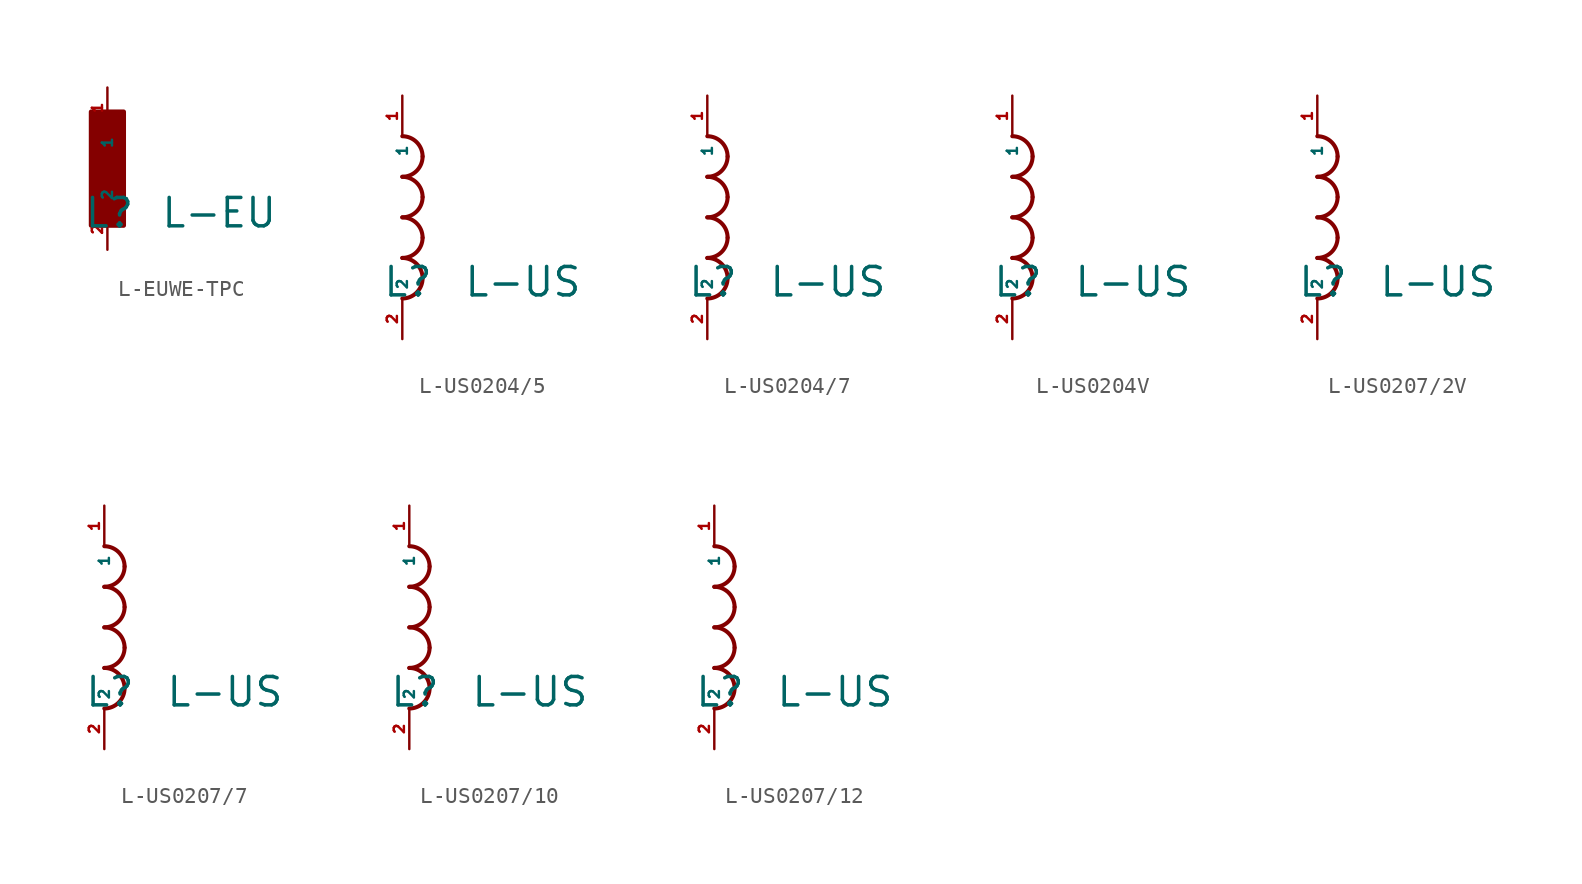
<source format=kicad_sym>
(kicad_symbol_lib
  (version 20220914)
  (generator Eagle2Kicad)
  (symbol "L-EUWE-TPC"
    (property "Reference" "L"
      (at -1.499 -3.81 0)
      (effects (font (size 1.778 1.778) (thickness 0.22)) (justify left bottom)))
    (property "Value" "L-EU"
      (at 3.302 -3.81 0)
      (effects (font (size 1.778 1.778) (thickness 0.22)) (justify left bottom)))
    (rectangle
      (start -1.016 -3.556)
      (end 1.016 3.556)
      (stroke (width 0.3) (type default))
      (fill (type outline)))
    (pin passive line
      (at 0 -5.08 90)
      (length 2.54)
      (name "2" (effects (font (size 0.635 0.635) (thickness 0.08)) (justify left bottom)))
      (number "2" (effects (font (size 0.635 0.635) (thickness 0.08)) (justify left bottom))))
    (pin passive line
      (at 0 5.08 270)
      (length 2.54)
      (name "1" (effects (font (size 0.635 0.635) (thickness 0.08)) (justify left bottom)))
      (number "1" (effects (font (size 0.635 0.635) (thickness 0.08)) (justify left bottom)))))
  (symbol "L-US0204/5"
    (property "Reference" "L"
      (at -1.27 -5.08 0)
      (effects (font (size 1.778 1.778) (thickness 0.22)) (justify left bottom)))
    (property "Value" "L-US"
      (at 3.81 -5.08 0)
      (effects (font (size 1.778 1.778) (thickness 0.22)) (justify left bottom)))
    (arc
      (start 1.27 3.81)
      (mid 0.898 4.708)
      (end 0 5.08)
      (stroke (width 0.254) (type default))
      (fill (type none)))
    (arc
      (start 0 2.54)
      (mid 0.898 2.912)
      (end 1.27 3.81)
      (stroke (width 0.254) (type default))
      (fill (type none)))
    (arc
      (start 1.27 1.27)
      (mid 0.898 2.168)
      (end 0 2.54)
      (stroke (width 0.254) (type default))
      (fill (type none)))
    (arc
      (start 0 0)
      (mid 0.898 0.372)
      (end 1.27 1.27)
      (stroke (width 0.254) (type default))
      (fill (type none)))
    (arc
      (start 1.27 -1.27)
      (mid 0.898 -0.372)
      (end 0 0)
      (stroke (width 0.254) (type default))
      (fill (type none)))
    (arc
      (start 0 -2.54)
      (mid 0.898 -2.168)
      (end 1.27 -1.27)
      (stroke (width 0.254) (type default))
      (fill (type none)))
    (arc
      (start 1.27 -3.81)
      (mid 0.898 -2.912)
      (end 0 -2.54)
      (stroke (width 0.254) (type default))
      (fill (type none)))
    (arc
      (start 0 -5.08)
      (mid 0.898 -4.708)
      (end 1.27 -3.81)
      (stroke (width 0.254) (type default))
      (fill (type none)))
    (pin passive line
      (at 0 -7.62 90)
      (length 2.54)
      (name "2" (effects (font (size 0.635 0.635) (thickness 0.08)) (justify left bottom)))
      (number "2" (effects (font (size 0.635 0.635) (thickness 0.08)) (justify left bottom))))
    (pin passive line
      (at 0 7.62 270)
      (length 2.54)
      (name "1" (effects (font (size 0.635 0.635) (thickness 0.08)) (justify left bottom)))
      (number "1" (effects (font (size 0.635 0.635) (thickness 0.08)) (justify left bottom)))))
  (symbol "L-US0204/7"
    (property "Reference" "L"
      (at -1.27 -5.08 0)
      (effects (font (size 1.778 1.778) (thickness 0.22)) (justify left bottom)))
    (property "Value" "L-US"
      (at 3.81 -5.08 0)
      (effects (font (size 1.778 1.778) (thickness 0.22)) (justify left bottom)))
    (arc
      (start 1.27 3.81)
      (mid 0.898 4.708)
      (end 0 5.08)
      (stroke (width 0.254) (type default))
      (fill (type none)))
    (arc
      (start 0 2.54)
      (mid 0.898 2.912)
      (end 1.27 3.81)
      (stroke (width 0.254) (type default))
      (fill (type none)))
    (arc
      (start 1.27 1.27)
      (mid 0.898 2.168)
      (end 0 2.54)
      (stroke (width 0.254) (type default))
      (fill (type none)))
    (arc
      (start 0 0)
      (mid 0.898 0.372)
      (end 1.27 1.27)
      (stroke (width 0.254) (type default))
      (fill (type none)))
    (arc
      (start 1.27 -1.27)
      (mid 0.898 -0.372)
      (end 0 0)
      (stroke (width 0.254) (type default))
      (fill (type none)))
    (arc
      (start 0 -2.54)
      (mid 0.898 -2.168)
      (end 1.27 -1.27)
      (stroke (width 0.254) (type default))
      (fill (type none)))
    (arc
      (start 1.27 -3.81)
      (mid 0.898 -2.912)
      (end 0 -2.54)
      (stroke (width 0.254) (type default))
      (fill (type none)))
    (arc
      (start 0 -5.08)
      (mid 0.898 -4.708)
      (end 1.27 -3.81)
      (stroke (width 0.254) (type default))
      (fill (type none)))
    (pin passive line
      (at 0 -7.62 90)
      (length 2.54)
      (name "2" (effects (font (size 0.635 0.635) (thickness 0.08)) (justify left bottom)))
      (number "2" (effects (font (size 0.635 0.635) (thickness 0.08)) (justify left bottom))))
    (pin passive line
      (at 0 7.62 270)
      (length 2.54)
      (name "1" (effects (font (size 0.635 0.635) (thickness 0.08)) (justify left bottom)))
      (number "1" (effects (font (size 0.635 0.635) (thickness 0.08)) (justify left bottom)))))
  (symbol "L-US0204V"
    (property "Reference" "L"
      (at -1.27 -5.08 0)
      (effects (font (size 1.778 1.778) (thickness 0.22)) (justify left bottom)))
    (property "Value" "L-US"
      (at 3.81 -5.08 0)
      (effects (font (size 1.778 1.778) (thickness 0.22)) (justify left bottom)))
    (arc
      (start 1.27 3.81)
      (mid 0.898 4.708)
      (end 0 5.08)
      (stroke (width 0.254) (type default))
      (fill (type none)))
    (arc
      (start 0 2.54)
      (mid 0.898 2.912)
      (end 1.27 3.81)
      (stroke (width 0.254) (type default))
      (fill (type none)))
    (arc
      (start 1.27 1.27)
      (mid 0.898 2.168)
      (end 0 2.54)
      (stroke (width 0.254) (type default))
      (fill (type none)))
    (arc
      (start 0 0)
      (mid 0.898 0.372)
      (end 1.27 1.27)
      (stroke (width 0.254) (type default))
      (fill (type none)))
    (arc
      (start 1.27 -1.27)
      (mid 0.898 -0.372)
      (end 0 0)
      (stroke (width 0.254) (type default))
      (fill (type none)))
    (arc
      (start 0 -2.54)
      (mid 0.898 -2.168)
      (end 1.27 -1.27)
      (stroke (width 0.254) (type default))
      (fill (type none)))
    (arc
      (start 1.27 -3.81)
      (mid 0.898 -2.912)
      (end 0 -2.54)
      (stroke (width 0.254) (type default))
      (fill (type none)))
    (arc
      (start 0 -5.08)
      (mid 0.898 -4.708)
      (end 1.27 -3.81)
      (stroke (width 0.254) (type default))
      (fill (type none)))
    (pin passive line
      (at 0 -7.62 90)
      (length 2.54)
      (name "2" (effects (font (size 0.635 0.635) (thickness 0.08)) (justify left bottom)))
      (number "2" (effects (font (size 0.635 0.635) (thickness 0.08)) (justify left bottom))))
    (pin passive line
      (at 0 7.62 270)
      (length 2.54)
      (name "1" (effects (font (size 0.635 0.635) (thickness 0.08)) (justify left bottom)))
      (number "1" (effects (font (size 0.635 0.635) (thickness 0.08)) (justify left bottom)))))
  (symbol "L-US0207/2V"
    (property "Reference" "L"
      (at -1.27 -5.08 0)
      (effects (font (size 1.778 1.778) (thickness 0.22)) (justify left bottom)))
    (property "Value" "L-US"
      (at 3.81 -5.08 0)
      (effects (font (size 1.778 1.778) (thickness 0.22)) (justify left bottom)))
    (arc
      (start 1.27 3.81)
      (mid 0.898 4.708)
      (end 0 5.08)
      (stroke (width 0.254) (type default))
      (fill (type none)))
    (arc
      (start 0 2.54)
      (mid 0.898 2.912)
      (end 1.27 3.81)
      (stroke (width 0.254) (type default))
      (fill (type none)))
    (arc
      (start 1.27 1.27)
      (mid 0.898 2.168)
      (end 0 2.54)
      (stroke (width 0.254) (type default))
      (fill (type none)))
    (arc
      (start 0 0)
      (mid 0.898 0.372)
      (end 1.27 1.27)
      (stroke (width 0.254) (type default))
      (fill (type none)))
    (arc
      (start 1.27 -1.27)
      (mid 0.898 -0.372)
      (end 0 0)
      (stroke (width 0.254) (type default))
      (fill (type none)))
    (arc
      (start 0 -2.54)
      (mid 0.898 -2.168)
      (end 1.27 -1.27)
      (stroke (width 0.254) (type default))
      (fill (type none)))
    (arc
      (start 1.27 -3.81)
      (mid 0.898 -2.912)
      (end 0 -2.54)
      (stroke (width 0.254) (type default))
      (fill (type none)))
    (arc
      (start 0 -5.08)
      (mid 0.898 -4.708)
      (end 1.27 -3.81)
      (stroke (width 0.254) (type default))
      (fill (type none)))
    (pin passive line
      (at 0 -7.62 90)
      (length 2.54)
      (name "2" (effects (font (size 0.635 0.635) (thickness 0.08)) (justify left bottom)))
      (number "2" (effects (font (size 0.635 0.635) (thickness 0.08)) (justify left bottom))))
    (pin passive line
      (at 0 7.62 270)
      (length 2.54)
      (name "1" (effects (font (size 0.635 0.635) (thickness 0.08)) (justify left bottom)))
      (number "1" (effects (font (size 0.635 0.635) (thickness 0.08)) (justify left bottom)))))
  (symbol "L-US0207/7"
    (property "Reference" "L"
      (at -1.27 -5.08 0)
      (effects (font (size 1.778 1.778) (thickness 0.22)) (justify left bottom)))
    (property "Value" "L-US"
      (at 3.81 -5.08 0)
      (effects (font (size 1.778 1.778) (thickness 0.22)) (justify left bottom)))
    (arc
      (start 1.27 3.81)
      (mid 0.898 4.708)
      (end 0 5.08)
      (stroke (width 0.254) (type default))
      (fill (type none)))
    (arc
      (start 0 2.54)
      (mid 0.898 2.912)
      (end 1.27 3.81)
      (stroke (width 0.254) (type default))
      (fill (type none)))
    (arc
      (start 1.27 1.27)
      (mid 0.898 2.168)
      (end 0 2.54)
      (stroke (width 0.254) (type default))
      (fill (type none)))
    (arc
      (start 0 0)
      (mid 0.898 0.372)
      (end 1.27 1.27)
      (stroke (width 0.254) (type default))
      (fill (type none)))
    (arc
      (start 1.27 -1.27)
      (mid 0.898 -0.372)
      (end 0 0)
      (stroke (width 0.254) (type default))
      (fill (type none)))
    (arc
      (start 0 -2.54)
      (mid 0.898 -2.168)
      (end 1.27 -1.27)
      (stroke (width 0.254) (type default))
      (fill (type none)))
    (arc
      (start 1.27 -3.81)
      (mid 0.898 -2.912)
      (end 0 -2.54)
      (stroke (width 0.254) (type default))
      (fill (type none)))
    (arc
      (start 0 -5.08)
      (mid 0.898 -4.708)
      (end 1.27 -3.81)
      (stroke (width 0.254) (type default))
      (fill (type none)))
    (pin passive line
      (at 0 -7.62 90)
      (length 2.54)
      (name "2" (effects (font (size 0.635 0.635) (thickness 0.08)) (justify left bottom)))
      (number "2" (effects (font (size 0.635 0.635) (thickness 0.08)) (justify left bottom))))
    (pin passive line
      (at 0 7.62 270)
      (length 2.54)
      (name "1" (effects (font (size 0.635 0.635) (thickness 0.08)) (justify left bottom)))
      (number "1" (effects (font (size 0.635 0.635) (thickness 0.08)) (justify left bottom)))))
  (symbol "L-US0207/10"
    (property "Reference" "L"
      (at -1.27 -5.08 0)
      (effects (font (size 1.778 1.778) (thickness 0.22)) (justify left bottom)))
    (property "Value" "L-US"
      (at 3.81 -5.08 0)
      (effects (font (size 1.778 1.778) (thickness 0.22)) (justify left bottom)))
    (arc
      (start 1.27 3.81)
      (mid 0.898 4.708)
      (end 0 5.08)
      (stroke (width 0.254) (type default))
      (fill (type none)))
    (arc
      (start 0 2.54)
      (mid 0.898 2.912)
      (end 1.27 3.81)
      (stroke (width 0.254) (type default))
      (fill (type none)))
    (arc
      (start 1.27 1.27)
      (mid 0.898 2.168)
      (end 0 2.54)
      (stroke (width 0.254) (type default))
      (fill (type none)))
    (arc
      (start 0 0)
      (mid 0.898 0.372)
      (end 1.27 1.27)
      (stroke (width 0.254) (type default))
      (fill (type none)))
    (arc
      (start 1.27 -1.27)
      (mid 0.898 -0.372)
      (end 0 0)
      (stroke (width 0.254) (type default))
      (fill (type none)))
    (arc
      (start 0 -2.54)
      (mid 0.898 -2.168)
      (end 1.27 -1.27)
      (stroke (width 0.254) (type default))
      (fill (type none)))
    (arc
      (start 1.27 -3.81)
      (mid 0.898 -2.912)
      (end 0 -2.54)
      (stroke (width 0.254) (type default))
      (fill (type none)))
    (arc
      (start 0 -5.08)
      (mid 0.898 -4.708)
      (end 1.27 -3.81)
      (stroke (width 0.254) (type default))
      (fill (type none)))
    (pin passive line
      (at 0 -7.62 90)
      (length 2.54)
      (name "2" (effects (font (size 0.635 0.635) (thickness 0.08)) (justify left bottom)))
      (number "2" (effects (font (size 0.635 0.635) (thickness 0.08)) (justify left bottom))))
    (pin passive line
      (at 0 7.62 270)
      (length 2.54)
      (name "1" (effects (font (size 0.635 0.635) (thickness 0.08)) (justify left bottom)))
      (number "1" (effects (font (size 0.635 0.635) (thickness 0.08)) (justify left bottom)))))
  (symbol "L-US0207/12"
    (property "Reference" "L"
      (at -1.27 -5.08 0)
      (effects (font (size 1.778 1.778) (thickness 0.22)) (justify left bottom)))
    (property "Value" "L-US"
      (at 3.81 -5.08 0)
      (effects (font (size 1.778 1.778) (thickness 0.22)) (justify left bottom)))
    (arc
      (start 1.27 3.81)
      (mid 0.898 4.708)
      (end 0 5.08)
      (stroke (width 0.254) (type default))
      (fill (type none)))
    (arc
      (start 0 2.54)
      (mid 0.898 2.912)
      (end 1.27 3.81)
      (stroke (width 0.254) (type default))
      (fill (type none)))
    (arc
      (start 1.27 1.27)
      (mid 0.898 2.168)
      (end 0 2.54)
      (stroke (width 0.254) (type default))
      (fill (type none)))
    (arc
      (start 0 0)
      (mid 0.898 0.372)
      (end 1.27 1.27)
      (stroke (width 0.254) (type default))
      (fill (type none)))
    (arc
      (start 1.27 -1.27)
      (mid 0.898 -0.372)
      (end 0 0)
      (stroke (width 0.254) (type default))
      (fill (type none)))
    (arc
      (start 0 -2.54)
      (mid 0.898 -2.168)
      (end 1.27 -1.27)
      (stroke (width 0.254) (type default))
      (fill (type none)))
    (arc
      (start 1.27 -3.81)
      (mid 0.898 -2.912)
      (end 0 -2.54)
      (stroke (width 0.254) (type default))
      (fill (type none)))
    (arc
      (start 0 -5.08)
      (mid 0.898 -4.708)
      (end 1.27 -3.81)
      (stroke (width 0.254) (type default))
      (fill (type none)))
    (pin passive line
      (at 0 -7.62 90)
      (length 2.54)
      (name "2" (effects (font (size 0.635 0.635) (thickness 0.08)) (justify left bottom)))
      (number "2" (effects (font (size 0.635 0.635) (thickness 0.08)) (justify left bottom))))
    (pin passive line
      (at 0 7.62 270)
      (length 2.54)
      (name "1" (effects (font (size 0.635 0.635) (thickness 0.08)) (justify left bottom)))
      (number "1" (effects (font (size 0.635 0.635) (thickness 0.08)) (justify left bottom))))))
</source>
